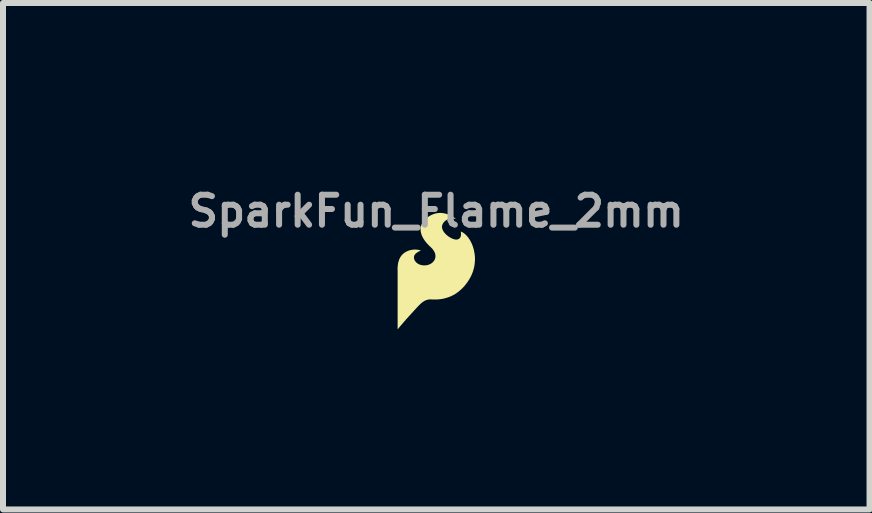
<source format=kicad_pcb>
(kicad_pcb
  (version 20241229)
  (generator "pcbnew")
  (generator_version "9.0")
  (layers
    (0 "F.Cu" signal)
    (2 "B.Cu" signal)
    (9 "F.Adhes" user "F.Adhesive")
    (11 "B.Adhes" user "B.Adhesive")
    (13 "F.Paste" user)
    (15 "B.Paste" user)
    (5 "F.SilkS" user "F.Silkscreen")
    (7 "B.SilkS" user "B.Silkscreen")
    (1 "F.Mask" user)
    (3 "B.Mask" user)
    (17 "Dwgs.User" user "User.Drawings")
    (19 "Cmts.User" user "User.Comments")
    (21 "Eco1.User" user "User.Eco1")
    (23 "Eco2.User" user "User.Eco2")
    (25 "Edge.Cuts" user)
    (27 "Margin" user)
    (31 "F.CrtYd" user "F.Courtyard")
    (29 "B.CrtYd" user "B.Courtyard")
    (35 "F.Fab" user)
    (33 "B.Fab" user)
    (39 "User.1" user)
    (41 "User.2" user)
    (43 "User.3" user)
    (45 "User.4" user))
  (footprint "SparkFun_Flame_2mm"
    (layer "F.Cu")
    (at 4.219 1.468)
    (property "Reference" "SparkFun_Flame_2mm" (at 0 -1 0) (layer "F.Fab") (effects (font (size 0.5 0.5) (thickness 0.1))))
    (attr board_only exclude_from_pos_files exclude_from_bom)
    (fp_poly (pts (xy 0.079 -0.97) (xy 0.098 -0.968) (xy 0.117 -0.966) (xy 0.135 -0.963) (xy 0.152 -0.959) (xy 0.169 -0.954) (xy 0.186 -0.949) (xy 0.201 -0.944) (xy 0.216 -0.938) (xy 0.23 -0.931) (xy 0.244 -0.925) (xy 0.268 -0.912) (xy 0.288 -0.899) (xy 0.305 -0.888) (xy 0.317 -0.879) (xy 0.327 -0.871) (xy 0.321 -0.872) (xy 0.306 -0.875) (xy 0.296 -0.876) (xy 0.284 -0.877) (xy 0.271 -0.877) (xy 0.257 -0.876) (xy 0.241 -0.875) (xy 0.226 -0.873) (xy 0.21 -0.869) (xy 0.202 -0.866) (xy 0.193 -0.864) (xy 0.185 -0.86) (xy 0.177 -0.856) (xy 0.17 -0.852) (xy 0.162 -0.847) (xy 0.154 -0.842) (xy 0.147 -0.836) (xy 0.14 -0.83) (xy 0.133 -0.823) (xy 0.125 -0.813) (xy 0.117 -0.803) (xy 0.111 -0.793) (xy 0.105 -0.782) (xy 0.103 -0.777) (xy 0.101 -0.772) (xy 0.099 -0.766) (xy 0.098 -0.761) (xy 0.097 -0.755) (xy 0.096 -0.75) (xy 0.095 -0.744) (xy 0.095 -0.739) (xy 0.095 -0.733) (xy 0.096 -0.727) (xy 0.097 -0.721) (xy 0.098 -0.715) (xy 0.099 -0.709) (xy 0.101 -0.703) (xy 0.103 -0.697) (xy 0.106 -0.691) (xy 0.108 -0.684) (xy 0.112 -0.678) (xy 0.115 -0.671) (xy 0.119 -0.665) (xy 0.124 -0.658) (xy 0.128 -0.651) (xy 0.139 -0.637) (xy 0.149 -0.626) (xy 0.16 -0.615) (xy 0.171 -0.604) (xy 0.184 -0.593) (xy 0.197 -0.583) (xy 0.211 -0.573) (xy 0.225 -0.564) (xy 0.239 -0.556) (xy 0.254 -0.548) (xy 0.268 -0.542) (xy 0.283 -0.536) (xy 0.297 -0.532) (xy 0.31 -0.528) (xy 0.317 -0.527) (xy 0.324 -0.527) (xy 0.33 -0.526) (xy 0.336 -0.526) (xy 0.342 -0.527) (xy 0.348 -0.527) (xy 0.356 -0.529) (xy 0.363 -0.532) (xy 0.37 -0.534) (xy 0.376 -0.538) (xy 0.381 -0.542) (xy 0.386 -0.546) (xy 0.391 -0.55) (xy 0.395 -0.555) (xy 0.398 -0.56) (xy 0.401 -0.565) (xy 0.404 -0.571) (xy 0.406 -0.576) (xy 0.408 -0.582) (xy 0.409 -0.588) (xy 0.41 -0.594) (xy 0.411 -0.6) (xy 0.412 -0.611) (xy 0.412 -0.622) (xy 0.412 -0.632) (xy 0.411 -0.641) (xy 0.41 -0.649) (xy 0.409 -0.655) (xy 0.408 -0.66) (xy 0.424 -0.654) (xy 0.441 -0.645) (xy 0.457 -0.635) (xy 0.473 -0.623) (xy 0.504 -0.594) (xy 0.534 -0.558) (xy 0.562 -0.516) (xy 0.587 -0.468) (xy 0.608 -0.416) (xy 0.625 -0.359) (xy 0.637 -0.299) (xy 0.641 -0.268) (xy 0.644 -0.236) (xy 0.645 -0.203) (xy 0.644 -0.17) (xy 0.641 -0.136) (xy 0.637 -0.102) (xy 0.631 -0.068) (xy 0.622 -0.033) (xy 0.612 0.002) (xy 0.599 0.037) (xy 0.584 0.072) (xy 0.566 0.107) (xy 0.546 0.142) (xy 0.524 0.176) (xy 0.498 0.211) (xy 0.471 0.245) (xy 0.443 0.276) (xy 0.413 0.305) (xy 0.381 0.333) (xy 0.348 0.358) (xy 0.314 0.381) (xy 0.277 0.402) (xy 0.24 0.42) (xy 0.2 0.435) (xy 0.159 0.448) (xy 0.116 0.459) (xy 0.072 0.466) (xy 0.026 0.471) (xy -0.022 0.472) (xy -0.072 0.471) (xy -0.085 0.47) (xy -0.098 0.47) (xy -0.11 0.47) (xy -0.122 0.472) (xy -0.133 0.473) (xy -0.144 0.476) (xy -0.155 0.479) (xy -0.166 0.482) (xy -0.176 0.486) (xy -0.187 0.491) (xy -0.197 0.496) (xy -0.207 0.502) (xy -0.226 0.514) (xy -0.245 0.529) (xy -0.264 0.546) (xy -0.284 0.565) (xy -0.303 0.585) (xy -0.324 0.607) (xy -0.416 0.708) (xy -0.461 0.757) (xy -0.504 0.805) (xy -0.542 0.849) (xy -0.576 0.889) (xy -0.605 0.922) (xy -0.626 0.948) (xy -0.644 0.97) (xy -0.644 -0.007) (xy -0.645 -0.026) (xy -0.645 -0.045) (xy -0.644 -0.063) (xy -0.643 -0.08) (xy -0.641 -0.097) (xy -0.639 -0.112) (xy -0.637 -0.128) (xy -0.634 -0.142) (xy -0.63 -0.156) (xy -0.626 -0.17) (xy -0.622 -0.182) (xy -0.618 -0.195) (xy -0.613 -0.206) (xy -0.607 -0.217) (xy -0.602 -0.228) (xy -0.596 -0.238) (xy -0.589 -0.247) (xy -0.583 -0.256) (xy -0.576 -0.265) (xy -0.569 -0.273) (xy -0.561 -0.281) (xy -0.553 -0.288) (xy -0.546 -0.295) (xy -0.537 -0.301) (xy -0.529 -0.307) (xy -0.52 -0.313) (xy -0.512 -0.318) (xy -0.503 -0.323) (xy -0.484 -0.332) (xy -0.466 -0.34) (xy -0.455 -0.344) (xy -0.445 -0.347) (xy -0.434 -0.35) (xy -0.424 -0.352) (xy -0.414 -0.354) (xy -0.404 -0.356) (xy -0.394 -0.357) (xy -0.385 -0.358) (xy -0.376 -0.359) (xy -0.367 -0.36) (xy -0.358 -0.36) (xy -0.349 -0.36) (xy -0.341 -0.359) (xy -0.333 -0.359) (xy -0.318 -0.358) (xy -0.305 -0.356) (xy -0.292 -0.353) (xy -0.282 -0.351) (xy -0.273 -0.349) (xy -0.266 -0.347) (xy -0.26 -0.345) (xy -0.256 -0.343) (xy -0.269 -0.338) (xy -0.284 -0.331) (xy -0.292 -0.327) (xy -0.301 -0.322) (xy -0.31 -0.317) (xy -0.319 -0.311) (xy -0.328 -0.304) (xy -0.337 -0.297) (xy -0.345 -0.29) (xy -0.349 -0.286) (xy -0.352 -0.282) (xy -0.356 -0.277) (xy -0.359 -0.273) (xy -0.362 -0.269) (xy -0.364 -0.264) (xy -0.366 -0.258) (xy -0.368 -0.253) (xy -0.37 -0.247) (xy -0.371 -0.241) (xy -0.372 -0.235) (xy -0.372 -0.229) (xy -0.372 -0.222) (xy -0.371 -0.216) (xy -0.37 -0.209) (xy -0.368 -0.203) (xy -0.366 -0.196) (xy -0.364 -0.19) (xy -0.361 -0.184) (xy -0.358 -0.177) (xy -0.354 -0.171) (xy -0.35 -0.165) (xy -0.345 -0.159) (xy -0.341 -0.153) (xy -0.335 -0.147) (xy -0.329 -0.142) (xy -0.323 -0.137) (xy -0.317 -0.131) (xy -0.309 -0.127) (xy -0.302 -0.122) (xy -0.294 -0.118) (xy -0.286 -0.114) (xy -0.277 -0.11) (xy -0.268 -0.107) (xy -0.259 -0.104) (xy -0.249 -0.102) (xy -0.238 -0.1) (xy -0.228 -0.098) (xy -0.212 -0.096) (xy -0.196 -0.096) (xy -0.181 -0.097) (xy -0.166 -0.098) (xy -0.151 -0.101) (xy -0.137 -0.104) (xy -0.124 -0.109) (xy -0.111 -0.114) (xy -0.098 -0.12) (xy -0.086 -0.127) (xy -0.075 -0.135) (xy -0.065 -0.143) (xy -0.055 -0.152) (xy -0.047 -0.161) (xy -0.039 -0.172) (xy -0.032 -0.182) (xy -0.026 -0.194) (xy -0.021 -0.205) (xy -0.018 -0.217) (xy -0.015 -0.23) (xy -0.014 -0.243) (xy -0.014 -0.256) (xy -0.015 -0.27) (xy -0.017 -0.284) (xy -0.021 -0.298) (xy -0.027 -0.312) (xy -0.033 -0.326) (xy -0.042 -0.34) (xy -0.052 -0.355) (xy -0.063 -0.37) (xy -0.076 -0.384) (xy -0.091 -0.399) (xy -0.125 -0.431) (xy -0.155 -0.463) (xy -0.169 -0.48) (xy -0.182 -0.496) (xy -0.195 -0.513) (xy -0.206 -0.53) (xy -0.216 -0.546) (xy -0.225 -0.563) (xy -0.234 -0.58) (xy -0.241 -0.596) (xy -0.247 -0.613) (xy -0.252 -0.63) (xy -0.256 -0.646) (xy -0.259 -0.663) (xy -0.261 -0.679) (xy -0.261 -0.695) (xy -0.261 -0.712) (xy -0.259 -0.728) (xy -0.256 -0.744) (xy -0.251 -0.76) (xy -0.246 -0.775) (xy -0.239 -0.791) (xy -0.23 -0.806) (xy -0.22 -0.821) (xy -0.209 -0.836) (xy -0.196 -0.851) (xy -0.182 -0.865) (xy -0.166 -0.879) (xy -0.149 -0.893) (xy -0.131 -0.907) (xy -0.109 -0.921) (xy -0.087 -0.933) (xy -0.065 -0.943) (xy -0.044 -0.951) (xy -0.023 -0.958) (xy -0.002 -0.963) (xy 0.019 -0.967) (xy 0.039 -0.969) (xy 0.059 -0.97)) (stroke (width -0.000001) (type solid)) (fill yes) (layer "F.SilkS")))
  (gr_rect
    (start -3 -3)
    (end 11.438 5.438)
    (stroke (width 0.1) (type default))
    (fill no)
    (layer "Edge.Cuts")))
</source>
